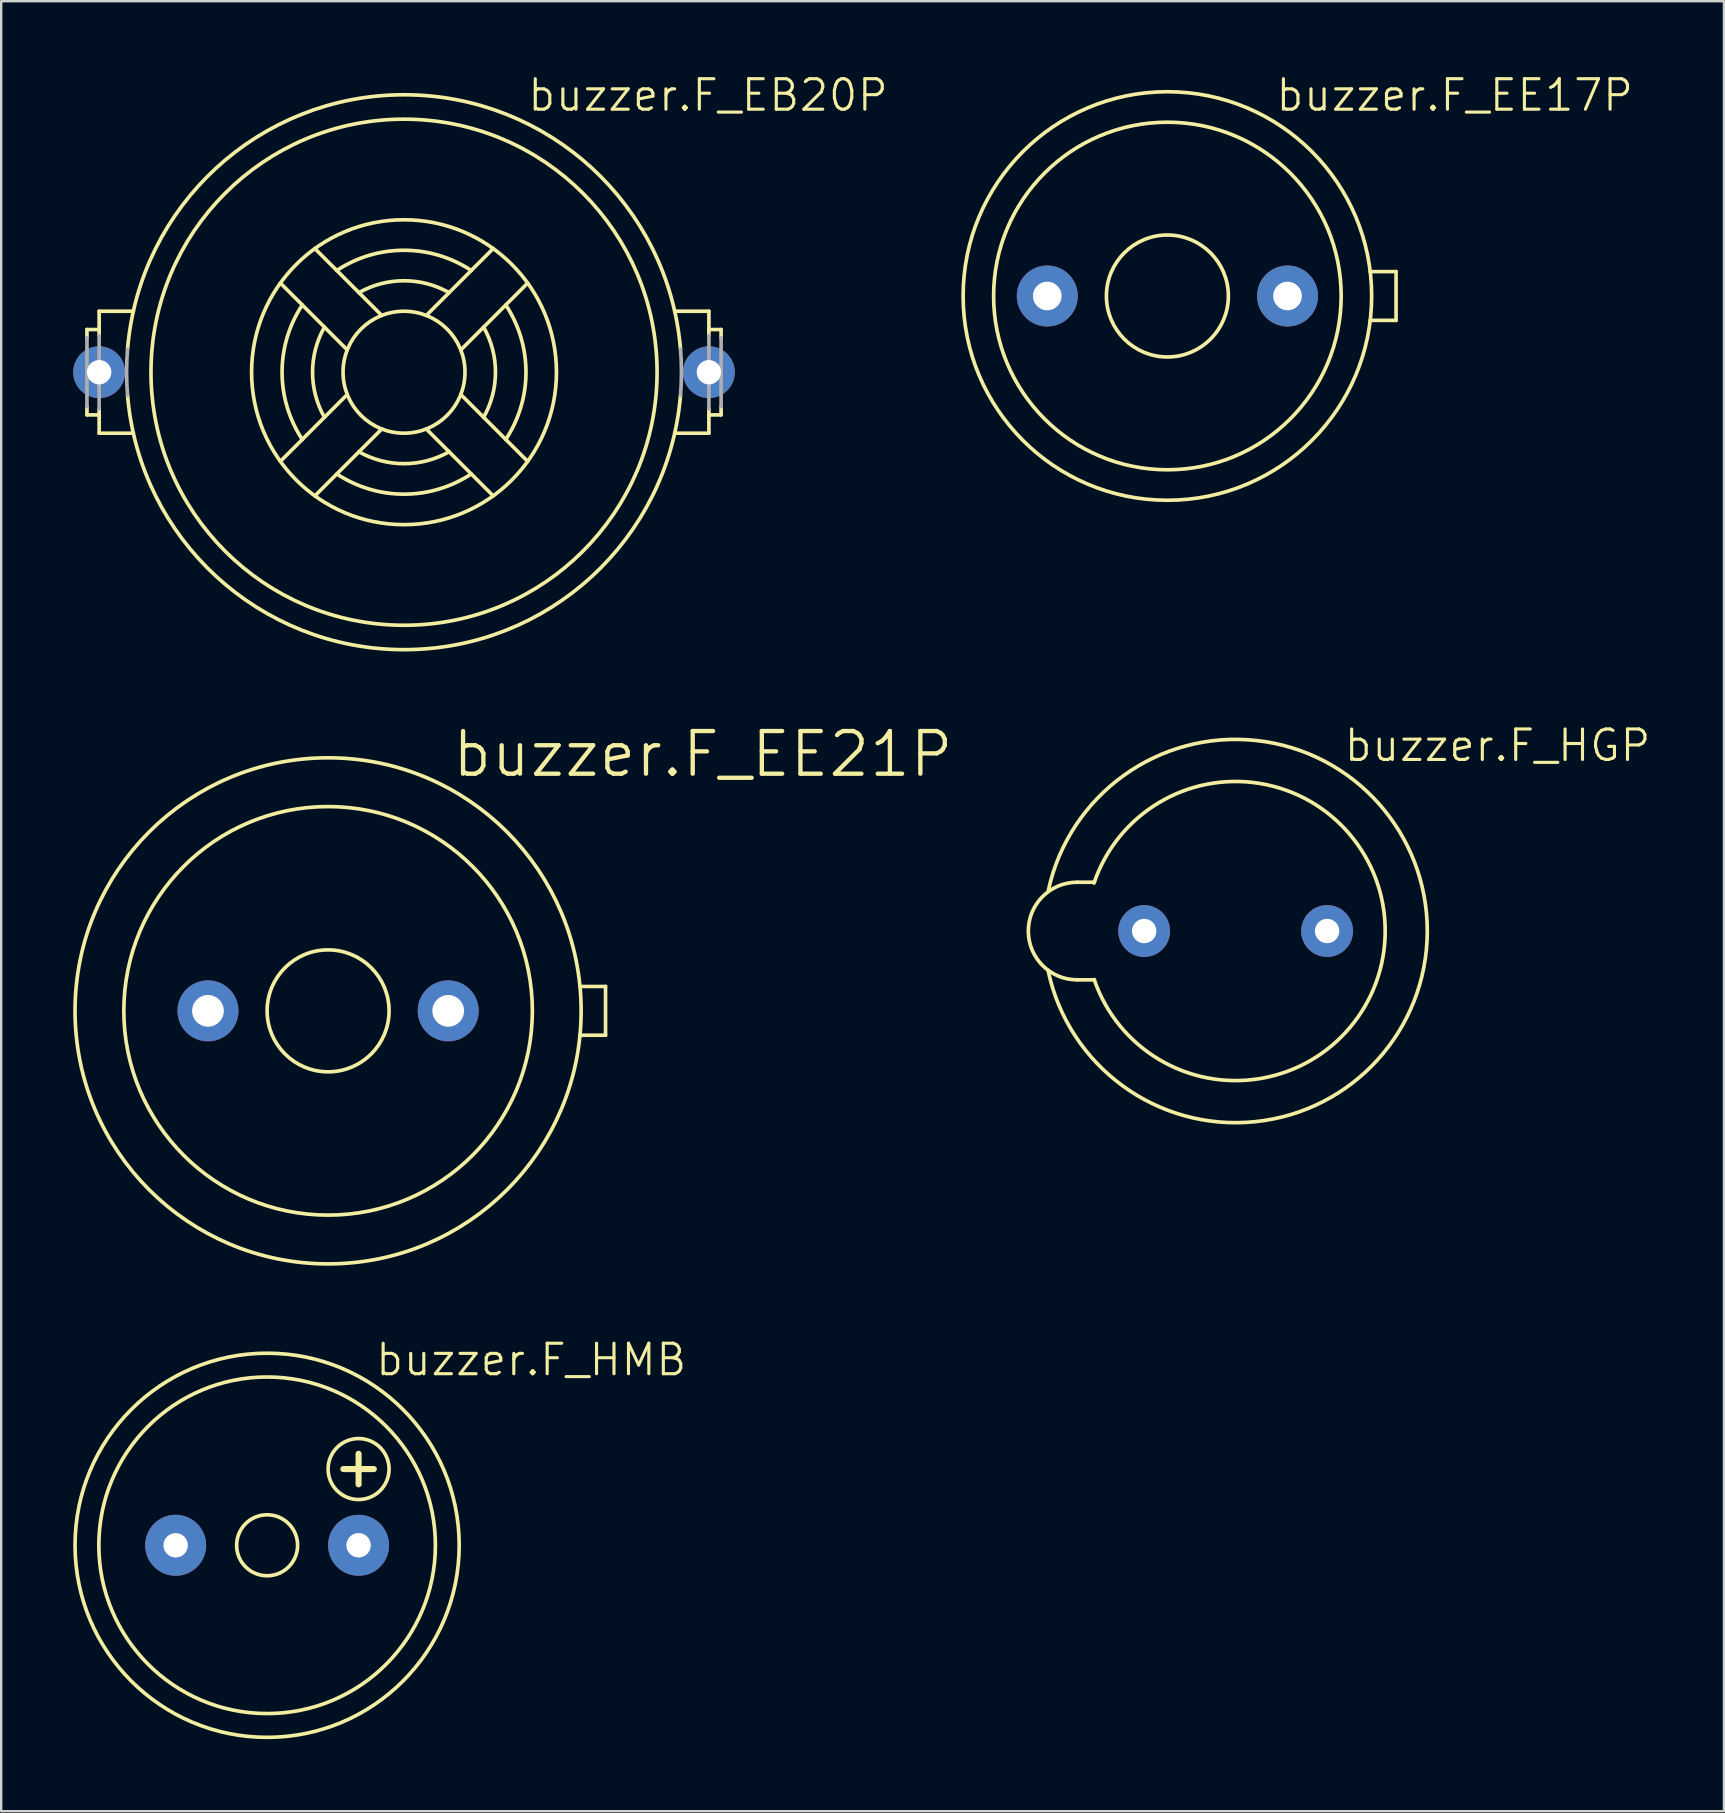
<source format=kicad_pcb>
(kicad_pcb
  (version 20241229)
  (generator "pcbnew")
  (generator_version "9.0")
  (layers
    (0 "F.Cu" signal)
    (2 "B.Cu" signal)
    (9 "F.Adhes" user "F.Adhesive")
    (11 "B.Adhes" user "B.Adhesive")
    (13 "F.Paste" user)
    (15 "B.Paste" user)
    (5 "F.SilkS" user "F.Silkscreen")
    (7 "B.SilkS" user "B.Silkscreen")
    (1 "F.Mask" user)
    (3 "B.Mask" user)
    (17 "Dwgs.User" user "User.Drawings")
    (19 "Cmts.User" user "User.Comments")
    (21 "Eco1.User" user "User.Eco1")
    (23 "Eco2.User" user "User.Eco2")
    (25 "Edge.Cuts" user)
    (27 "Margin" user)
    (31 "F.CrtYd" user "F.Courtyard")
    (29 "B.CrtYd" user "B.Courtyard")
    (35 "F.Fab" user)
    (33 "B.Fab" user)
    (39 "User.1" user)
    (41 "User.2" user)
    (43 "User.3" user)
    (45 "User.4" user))
  (footprint "buzzer.F_HMB"
    (layer "F.Cu")
    (at 8.077 61.32)
    (property "Reference" "buzzer.F_HMB" (at 4.445 -6.985 0) (layer "F.SilkS") (effects (font (size 1.27 1.27) (thickness 0.13)) (justify left bottom)))
    (attr through_hole)
    (fp_line (start 3.175 -3.175) (end 4.445 -3.175) (stroke (width 0.254) (type default)) (layer "F.SilkS"))
    (fp_line (start 3.81 -2.54) (end 3.81 -3.81) (stroke (width 0.254) (type default)) (layer "F.SilkS"))
    (fp_circle (center 0 0) (end 1.27 0) (stroke (width 0.152) (type default)) (fill no) (layer "F.SilkS"))
    (fp_circle (center 0 0) (end 7.01 0) (stroke (width 0.152) (type default)) (fill no) (layer "F.SilkS"))
    (fp_circle (center 0 0) (end 8.001 0) (stroke (width 0.152) (type default)) (fill no) (layer "F.SilkS"))
    (fp_circle (center 3.81 -3.175) (end 5.08 -3.175) (stroke (width 0.152) (type default)) (fill no) (layer "F.SilkS"))
    (pad "+" thru_hole circle (at 3.81 0) (size 2.54 2.54) (drill 1.016) (layers "*.Cu" "*.Mask"))
    (pad "-" thru_hole circle (at -3.81 0) (size 2.54 2.54) (drill 1.016) (layers "*.Cu" "*.Mask")))
  (footprint "buzzer.F_EE21P"
    (layer "F.Cu")
    (at 10.617 39.058)
    (property "Reference" "buzzer.F_EE21P" (at 5.08 -9.652 0) (layer "F.SilkS") (effects (font (size 1.778 1.778) (thickness 0.18)) (justify left bottom)))
    (attr through_hole)
    (fp_line (start 10.492 -1.016) (end 11.557 -1.016) (stroke (width 0.152) (type default)) (layer "F.SilkS"))
    (fp_line (start 10.492 1.016) (end 11.557 1.016) (stroke (width 0.152) (type default)) (layer "F.SilkS"))
    (fp_line (start 11.557 -1.016) (end 11.557 1.016) (stroke (width 0.152) (type default)) (layer "F.SilkS"))
    (fp_circle (center 0 0) (end 2.54 0) (stroke (width 0.152) (type default)) (fill no) (layer "F.SilkS"))
    (fp_circle (center 0 0) (end 8.509 0) (stroke (width 0.152) (type default)) (fill no) (layer "F.SilkS"))
    (fp_circle (center 0 0) (end 10.541 0) (stroke (width 0.152) (type default)) (fill no) (layer "F.SilkS"))
    (pad "1" thru_hole circle (at -5.004 0) (size 2.54 2.54) (drill 1.321) (layers "*.Cu" "*.Mask"))
    (pad "2" thru_hole circle (at 5.004 0) (size 2.54 2.54) (drill 1.321) (layers "*.Cu" "*.Mask")))
  (footprint "buzzer.F_HGP"
    (layer "F.Cu")
    (at 48.422 35.733)
    (property "Reference" "buzzer.F_HGP" (at 4.445 -6.985 0) (layer "F.SilkS") (effects (font (size 1.27 1.27) (thickness 0.13)) (justify left bottom)))
    (attr through_hole)
    (fp_line (start -6.604 -2.032) (end -5.882 -2.032) (stroke (width 0.152) (type default)) (layer "F.SilkS"))
    (fp_line (start -6.604 2.032) (end -5.882 2.032) (stroke (width 0.152) (type default)) (layer "F.SilkS"))
    (fp_arc (start -7.799998 -1.7) (mid 7.983051 0.028331) (end -7.811867 1.644603) (stroke (width 0.1524) (type default)) (layer "F.SilkS"))
    (fp_arc (start -6.604 2.032) (mid -8.636 0) (end -6.604 -2.032) (stroke (width 0.1524) (type default)) (layer "F.SilkS"))
    (fp_arc (start -5.9 -2) (mid 6.229758 -0.010811) (end -5.893023 2.020465) (stroke (width 0.1524) (type default)) (layer "F.SilkS"))
    (pad "1" thru_hole circle (at -3.81 0) (size 2.159 2.159) (drill 1.016) (layers "*.Cu" "*.Mask"))
    (pad "2" thru_hole circle (at 3.81 0) (size 2.159 2.159) (drill 1.016) (layers "*.Cu" "*.Mask")))
  (footprint "buzzer.F_EE17P"
    (layer "F.Cu")
    (at 45.579 9.28)
    (property "Reference" "buzzer.F_EE17P" (at 4.445 -7.62 0) (layer "F.SilkS") (effects (font (size 1.27 1.27) (thickness 0.13)) (justify left bottom)))
    (attr through_hole)
    (fp_line (start 8.448 -1.016) (end 9.525 -1.016) (stroke (width 0.152) (type default)) (layer "F.SilkS"))
    (fp_line (start 8.448 1.016) (end 9.525 1.016) (stroke (width 0.152) (type default)) (layer "F.SilkS"))
    (fp_line (start 9.525 -1.016) (end 9.525 1.016) (stroke (width 0.152) (type default)) (layer "F.SilkS"))
    (fp_circle (center 0 0) (end 2.54 0) (stroke (width 0.152) (type default)) (fill no) (layer "F.SilkS"))
    (fp_circle (center 0 0) (end 7.239 0) (stroke (width 0.152) (type default)) (fill no) (layer "F.SilkS"))
    (fp_circle (center 0 0) (end 8.509 0) (stroke (width 0.152) (type default)) (fill no) (layer "F.SilkS"))
    (pad "1" thru_hole circle (at -5.004 0) (size 2.54 2.54) (drill 1.194) (layers "*.Cu" "*.Mask"))
    (pad "2" thru_hole circle (at 5.004 0) (size 2.54 2.54) (drill 1.194) (layers "*.Cu" "*.Mask")))
  (footprint "buzzer.F_EB20P"
    (layer "F.Cu")
    (at 13.78 12.455)
    (property "Reference" "buzzer.F_EB20P" (at 5.08 -10.795 0) (layer "F.SilkS") (effects (font (size 1.27 1.27) (thickness 0.13)) (justify left bottom)))
    (attr through_hole)
    (fp_line (start -13.208 -1.778) (end -13.208 -1.437) (stroke (width 0.152) (type default)) (layer "F.SilkS"))
    (fp_line (start -13.208 1.437) (end -13.208 1.778) (stroke (width 0.152) (type default)) (layer "F.SilkS"))
    (fp_line (start -13.208 1.778) (end -12.7 1.778) (stroke (width 0.152) (type default)) (layer "F.SilkS"))
    (fp_line (start -12.7 -2.54) (end -12.7 -1.778) (stroke (width 0.152) (type default)) (layer "F.SilkS"))
    (fp_line (start -12.7 -2.54) (end -11.274 -2.54) (stroke (width 0.152) (type default)) (layer "F.SilkS"))
    (fp_line (start -12.7 -1.778) (end -13.208 -1.778) (stroke (width 0.152) (type default)) (layer "F.SilkS"))
    (fp_line (start -12.7 -1.778) (end -12.7 -1.524) (stroke (width 0.152) (type default)) (layer "F.SilkS"))
    (fp_line (start -12.7 1.524) (end -12.7 1.778) (stroke (width 0.152) (type default)) (layer "F.SilkS"))
    (fp_line (start -12.7 1.778) (end -12.7 2.54) (stroke (width 0.152) (type default)) (layer "F.SilkS"))
    (fp_line (start -12.7 2.54) (end -11.274 2.54) (stroke (width 0.152) (type default)) (layer "F.SilkS"))
    (fp_line (start -5.151 -3.714) (end -2.365 -0.928) (stroke (width 0.152) (type default)) (layer "F.SilkS"))
    (fp_line (start -5.151 3.714) (end -2.365 0.928) (stroke (width 0.152) (type default)) (layer "F.SilkS"))
    (fp_line (start -3.714 -5.151) (end -0.928 -2.365) (stroke (width 0.152) (type default)) (layer "F.SilkS"))
    (fp_line (start -3.714 5.151) (end -0.928 2.365) (stroke (width 0.152) (type default)) (layer "F.SilkS"))
    (fp_line (start 0.928 -2.365) (end 3.714 -5.151) (stroke (width 0.152) (type default)) (layer "F.SilkS"))
    (fp_line (start 0.928 2.365) (end 3.714 5.151) (stroke (width 0.152) (type default)) (layer "F.SilkS"))
    (fp_line (start 2.365 -0.928) (end 5.151 -3.714) (stroke (width 0.152) (type default)) (layer "F.SilkS"))
    (fp_line (start 2.365 0.928) (end 5.151 3.714) (stroke (width 0.152) (type default)) (layer "F.SilkS"))
    (fp_line (start 12.7 -2.54) (end 11.274 -2.54) (stroke (width 0.152) (type default)) (layer "F.SilkS"))
    (fp_line (start 12.7 -2.54) (end 12.7 -1.778) (stroke (width 0.152) (type default)) (layer "F.SilkS"))
    (fp_line (start 12.7 -1.778) (end 12.7 -1.524) (stroke (width 0.152) (type default)) (layer "F.SilkS"))
    (fp_line (start 12.7 -1.778) (end 13.208 -1.778) (stroke (width 0.152) (type default)) (layer "F.SilkS"))
    (fp_line (start 12.7 1.524) (end 12.7 1.778) (stroke (width 0.152) (type default)) (layer "F.SilkS"))
    (fp_line (start 12.7 1.778) (end 12.7 2.54) (stroke (width 0.152) (type default)) (layer "F.SilkS"))
    (fp_line (start 12.7 2.54) (end 11.274 2.54) (stroke (width 0.152) (type default)) (layer "F.SilkS"))
    (fp_line (start 13.208 -1.778) (end 13.208 -1.437) (stroke (width 0.152) (type default)) (layer "F.SilkS"))
    (fp_line (start 13.208 1.437) (end 13.208 1.778) (stroke (width 0.152) (type default)) (layer "F.SilkS"))
    (fp_line (start 13.208 1.778) (end 12.7 1.778) (stroke (width 0.152) (type default)) (layer "F.SilkS"))
    (fp_arc (start -11.517 -0.9608) (mid 0 -11.557008) (end 11.517 -0.9608) (stroke (width 0.1524) (type default)) (layer "F.SilkS"))
    (fp_arc (start -4.2379 2.8011) (mid -5.079956 0) (end -4.2379 -2.8011) (stroke (width 0.1524) (type default)) (layer "F.SilkS"))
    (fp_arc (start -3.3149 1.8781) (mid -3.809963 0) (end -3.3149 -1.8781) (stroke (width 0.1524) (type default)) (layer "F.SilkS"))
    (fp_arc (start -2.8011 -4.2379) (mid 0 -5.079956) (end 2.8011 -4.2379) (stroke (width 0.1524) (type default)) (layer "F.SilkS"))
    (fp_arc (start -1.8781 -3.3149) (mid 0 -3.809963) (end 1.8781 -3.3149) (stroke (width 0.1524) (type default)) (layer "F.SilkS"))
    (fp_arc (start 1.8781 3.3149) (mid 0 3.809963) (end -1.8781 3.3149) (stroke (width 0.1524) (type default)) (layer "F.SilkS"))
    (fp_arc (start 2.8011 4.2379) (mid 0 5.079956) (end -2.8011 4.2379) (stroke (width 0.1524) (type default)) (layer "F.SilkS"))
    (fp_arc (start 3.3149 -1.8781) (mid 3.809963 0) (end 3.3149 1.8781) (stroke (width 0.1524) (type default)) (layer "F.SilkS"))
    (fp_arc (start 4.2379 -2.8011) (mid 5.079956 0) (end 4.2379 2.8011) (stroke (width 0.1524) (type default)) (layer "F.SilkS"))
    (fp_arc (start 11.517 0.9608) (mid 0 11.557008) (end -11.517 0.9608) (stroke (width 0.1524) (type default)) (layer "F.SilkS"))
    (fp_circle (center 0 0) (end 2.54 0) (stroke (width 0.152) (type default)) (fill no) (layer "F.SilkS"))
    (fp_circle (center 0 0) (end 6.35 0) (stroke (width 0.152) (type default)) (fill no) (layer "F.SilkS"))
    (fp_circle (center 0 0) (end 10.541 0) (stroke (width 0.152) (type default)) (fill no) (layer "F.SilkS"))
    (fp_line (start -13.208 -1.437) (end -13.208 1.437) (stroke (width 0.152) (type default)) (layer "F.Fab"))
    (fp_line (start -12.7 -1.524) (end -12.7 1.524) (stroke (width 0.152) (type default)) (layer "F.Fab"))
    (fp_line (start 12.7 -1.524) (end 12.7 1.524) (stroke (width 0.152) (type default)) (layer "F.Fab"))
    (fp_line (start 13.208 -1.437) (end 13.208 1.437) (stroke (width 0.152) (type default)) (layer "F.Fab"))
    (fp_arc (start -11.517 0.9608) (mid -11.557008 0) (end -11.517 -0.9608) (stroke (width 0.1524) (type default)) (layer "F.Fab"))
    (fp_arc (start 11.517 -0.9608) (mid 11.557008 0) (end 11.517 0.9608) (stroke (width 0.1524) (type default)) (layer "F.Fab"))
    (pad "+" thru_hole circle (at 12.7 0) (size 2.159 2.159) (drill 1.016) (layers "*.Cu" "*.Mask"))
    (pad "-" thru_hole circle (at -12.7 0) (size 2.159 2.159) (drill 1.016) (layers "*.Cu" "*.Mask")))
  (gr_rect
    (start -3 -3)
    (end 68.763 72.398)
    (stroke (width 0.1) (type default))
    (fill no)
    (layer "Edge.Cuts")))
</source>
